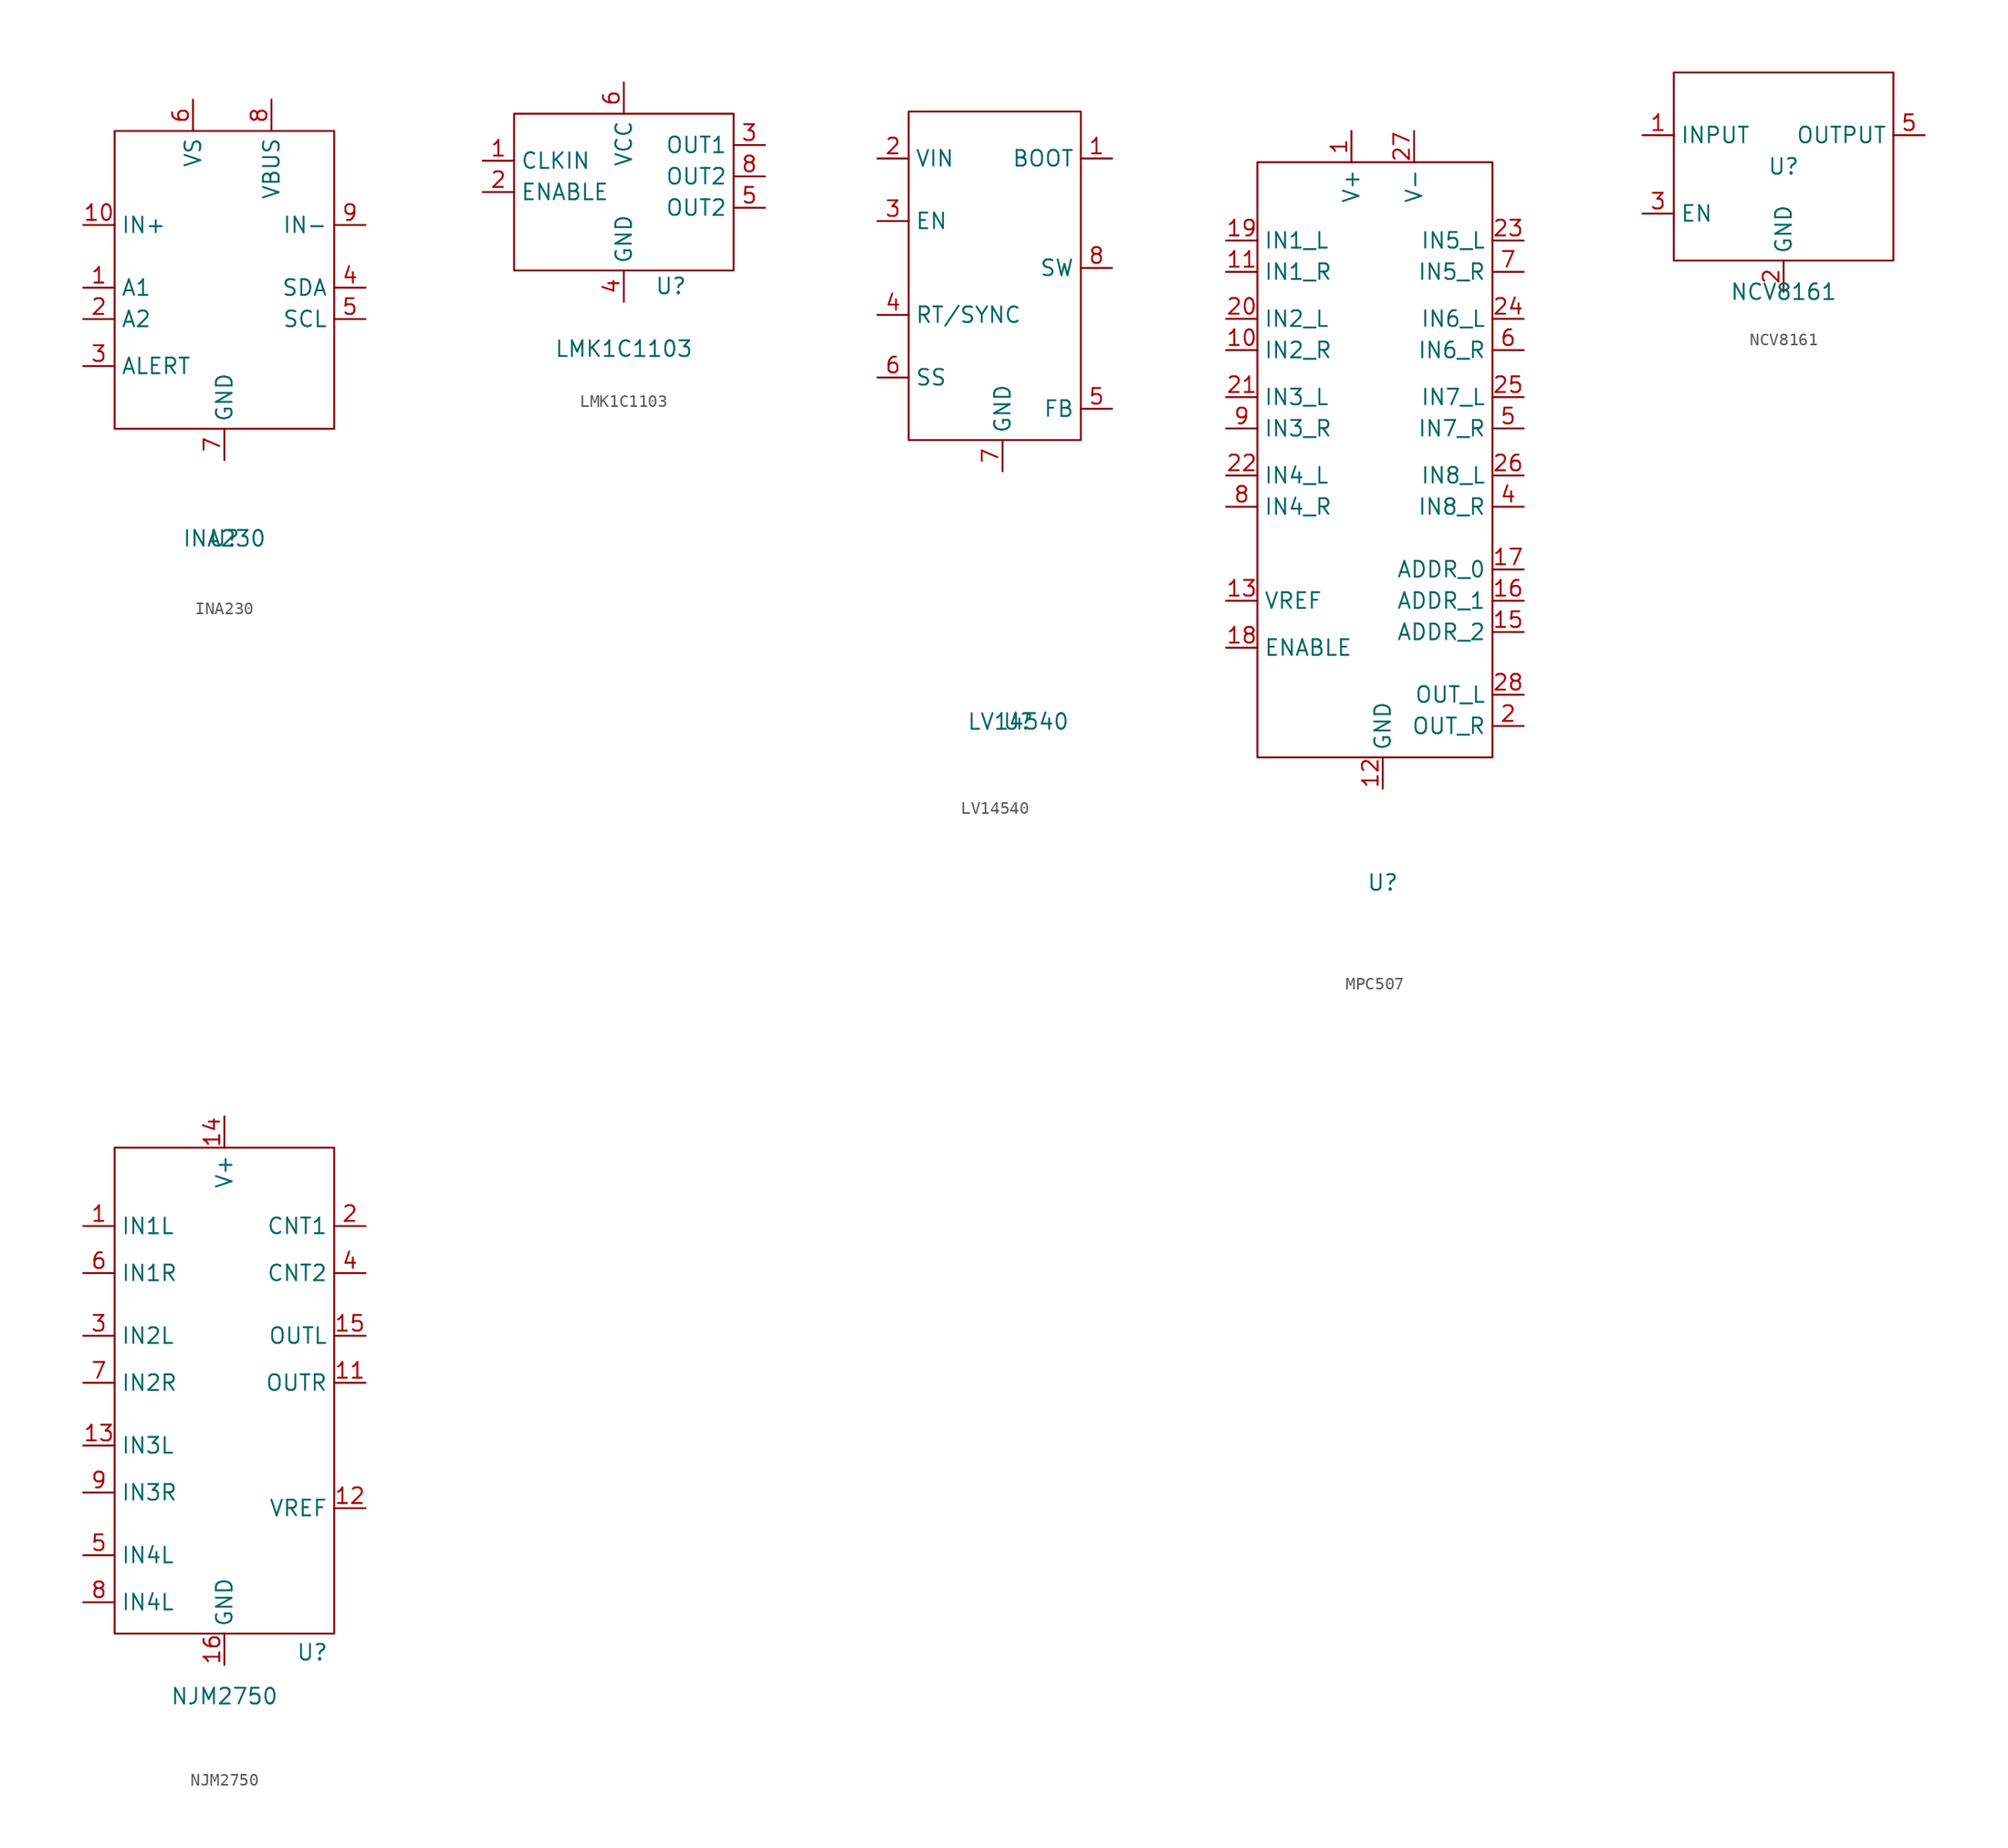
<source format=kicad_sym>
(kicad_symbol_lib
  (version 20231120)
  (generator "kicad_symbol_editor")
  (generator_version "8.0")
  (symbol "INA230"
    (property "Reference" "U"
      (at 0 0 0)
      (effects (font (size 1.27 1.27))))
    (property "Value" "INA230"
      (at 0 0 0)
      (effects (font (size 1.27 1.27))))
    (symbol "INA230_0_1"
      (rectangle (start -8.89 33.02) (end 8.89 8.89) (stroke (width 0) (type default)) (fill (type none))))
    (symbol "INA230_1_1"
      (pin input line (at -11.43 20.32 0) (length 2.54) (name "A1" (effects (font (size 1.27 1.27)))) (number "1" (effects (font (size 1.27 1.27)))))
      (pin input line (at -11.43 25.4 0) (length 2.54) (name "IN+" (effects (font (size 1.27 1.27)))) (number "10" (effects (font (size 1.27 1.27)))))
      (pin input line (at -11.43 17.78 0) (length 2.54) (name "A2" (effects (font (size 1.27 1.27)))) (number "2" (effects (font (size 1.27 1.27)))))
      (pin input line (at -11.43 13.97 0) (length 2.54) (name "ALERT" (effects (font (size 1.27 1.27)))) (number "3" (effects (font (size 1.27 1.27)))))
      (pin input line (at 11.43 20.32 180) (length 2.54) (name "SDA" (effects (font (size 1.27 1.27)))) (number "4" (effects (font (size 1.27 1.27)))))
      (pin input line (at 11.43 17.78 180) (length 2.54) (name "SCL" (effects (font (size 1.27 1.27)))) (number "5" (effects (font (size 1.27 1.27)))))
      (pin input line (at -2.54 35.56 270) (length 2.54) (name "VS" (effects (font (size 1.27 1.27)))) (number "6" (effects (font (size 1.27 1.27)))))
      (pin input line (at 0 6.35 90) (length 2.54) (name "GND" (effects (font (size 1.27 1.27)))) (number "7" (effects (font (size 1.27 1.27)))))
      (pin input line (at 3.81 35.56 270) (length 2.54) (name "VBUS" (effects (font (size 1.27 1.27)))) (number "8" (effects (font (size 1.27 1.27)))))
      (pin input line (at 11.43 25.4 180) (length 2.54) (name "IN-" (effects (font (size 1.27 1.27)))) (number "9" (effects (font (size 1.27 1.27)))))))
  (symbol "LMK1C1103"
    (property "Reference" "U"
      (at 3.81 5.08 0)
      (effects (font (size 1.27 1.27))))
    (property "Value" "LMK1C1103"
      (at 0 0 0)
      (effects (font (size 1.27 1.27))))
    (symbol "LMK1C1103_0_1"
      (rectangle (start -8.89 19.05) (end 8.89 6.35) (stroke (width 0) (type default)) (fill (type none))))
    (symbol "LMK1C1103_1_1"
      (pin input line (at -11.43 15.24 0) (length 2.54) (name "CLKIN" (effects (font (size 1.27 1.27)))) (number "1" (effects (font (size 1.27 1.27)))))
      (pin input line (at -11.43 12.7 0) (length 2.54) (name "ENABLE" (effects (font (size 1.27 1.27)))) (number "2" (effects (font (size 1.27 1.27)))))
      (pin output line (at 11.43 16.51 180) (length 2.54) (name "OUT1" (effects (font (size 1.27 1.27)))) (number "3" (effects (font (size 1.27 1.27)))))
      (pin input line (at 0 3.81 90) (length 2.54) (name "GND" (effects (font (size 1.27 1.27)))) (number "4" (effects (font (size 1.27 1.27)))))
      (pin output line (at 11.43 11.43 180) (length 2.54) (name "OUT2" (effects (font (size 1.27 1.27)))) (number "5" (effects (font (size 1.27 1.27)))))
      (pin input line (at 0 21.59 270) (length 2.54) (name "VCC" (effects (font (size 1.27 1.27)))) (number "6" (effects (font (size 1.27 1.27)))))
      (pin output line (at 11.43 13.97 180) (length 2.54) (name "OUT2" (effects (font (size 1.27 1.27)))) (number "8" (effects (font (size 1.27 1.27)))))))
  (symbol "LV14540"
    (property "Reference" "U"
      (at 0 0 0)
      (effects (font (size 1.27 1.27))))
    (property "Value" "LV14540"
      (at 0 0 0)
      (effects (font (size 1.27 1.27))))
    (symbol "LV14540_0_1"
      (rectangle (start -8.89 49.53) (end 5.08 22.86) (stroke (width 0) (type default)) (fill (type none))))
    (symbol "LV14540_1_1"
      (pin passive line (at 7.62 45.72 180) (length 2.54) (name "BOOT" (effects (font (size 1.27 1.27)))) (number "1" (effects (font (size 1.27 1.27)))))
      (pin power_in line (at -11.43 45.72 0) (length 2.54) (name "VIN" (effects (font (size 1.27 1.27)))) (number "2" (effects (font (size 1.27 1.27)))))
      (pin input line (at -11.43 40.64 0) (length 2.54) (name "EN" (effects (font (size 1.27 1.27)))) (number "3" (effects (font (size 1.27 1.27)))))
      (pin passive line (at -11.43 33.02 0) (length 2.54) (name "RT/SYNC" (effects (font (size 1.27 1.27)))) (number "4" (effects (font (size 1.27 1.27)))))
      (pin input line (at 7.62 25.4 180) (length 2.54) (name "FB" (effects (font (size 1.27 1.27)))) (number "5" (effects (font (size 1.27 1.27)))))
      (pin passive line (at -11.43 27.94 0) (length 2.54) (name "SS" (effects (font (size 1.27 1.27)))) (number "6" (effects (font (size 1.27 1.27)))))
      (pin power_in line (at -1.27 20.32 90) (length 2.54) (name "GND" (effects (font (size 1.27 1.27)))) (number "7" (effects (font (size 1.27 1.27)))))
      (pin output line (at 7.62 36.83 180) (length 2.54) (name "SW" (effects (font (size 1.27 1.27)))) (number "8" (effects (font (size 1.27 1.27)))))))
  (symbol "MPC507"
    (property "Reference" "U"
      (at 0 -34.29 0)
      (effects (font (size 1.27 1.27))))
    (property "Value" ""
      (at 0 -34.29 0)
      (effects (font (size 1.27 1.27))))
    (symbol "MPC507_1_1"
      (text_box "" (at -10.16 24.13 0) (size 19.05 -48.26) (stroke (width 0) (type default)) (fill (type none)) (effects (font (size 1.27 1.27)) (justify left top)))
      (pin input line (at -2.54 26.67 270) (length 2.54) (name "V+" (effects (font (size 1.27 1.27)))) (number "1" (effects (font (size 1.27 1.27)))))
      (pin input line (at -12.7 8.89 0) (length 2.54) (name "IN2_R" (effects (font (size 1.27 1.27)))) (number "10" (effects (font (size 1.27 1.27)))))
      (pin input line (at -12.7 15.24 0) (length 2.54) (name "IN1_R" (effects (font (size 1.27 1.27)))) (number "11" (effects (font (size 1.27 1.27)))))
      (pin input line (at 0 -26.67 90) (length 2.54) (name "GND" (effects (font (size 1.27 1.27)))) (number "12" (effects (font (size 1.27 1.27)))))
      (pin input line (at -12.7 -11.43 0) (length 2.54) (name "VREF" (effects (font (size 1.27 1.27)))) (number "13" (effects (font (size 1.27 1.27)))))
      (pin input line (at 11.43 -13.97 180) (length 2.54) (name "ADDR_2" (effects (font (size 1.27 1.27)))) (number "15" (effects (font (size 1.27 1.27)))))
      (pin input line (at 11.43 -11.43 180) (length 2.54) (name "ADDR_1" (effects (font (size 1.27 1.27)))) (number "16" (effects (font (size 1.27 1.27)))))
      (pin input line (at 11.43 -8.89 180) (length 2.54) (name "ADDR_0" (effects (font (size 1.27 1.27)))) (number "17" (effects (font (size 1.27 1.27)))))
      (pin input line (at -12.7 -15.24 0) (length 2.54) (name "ENABLE" (effects (font (size 1.27 1.27)))) (number "18" (effects (font (size 1.27 1.27)))))
      (pin input line (at -12.7 17.78 0) (length 2.54) (name "IN1_L" (effects (font (size 1.27 1.27)))) (number "19" (effects (font (size 1.27 1.27)))))
      (pin input line (at 11.43 -21.59 180) (length 2.54) (name "OUT_R" (effects (font (size 1.27 1.27)))) (number "2" (effects (font (size 1.27 1.27)))))
      (pin input line (at -12.7 11.43 0) (length 2.54) (name "IN2_L" (effects (font (size 1.27 1.27)))) (number "20" (effects (font (size 1.27 1.27)))))
      (pin input line (at -12.7 5.08 0) (length 2.54) (name "IN3_L" (effects (font (size 1.27 1.27)))) (number "21" (effects (font (size 1.27 1.27)))))
      (pin input line (at -12.7 -1.27 0) (length 2.54) (name "IN4_L" (effects (font (size 1.27 1.27)))) (number "22" (effects (font (size 1.27 1.27)))))
      (pin input line (at 11.43 17.78 180) (length 2.54) (name "IN5_L" (effects (font (size 1.27 1.27)))) (number "23" (effects (font (size 1.27 1.27)))))
      (pin input line (at 11.43 11.43 180) (length 2.54) (name "IN6_L" (effects (font (size 1.27 1.27)))) (number "24" (effects (font (size 1.27 1.27)))))
      (pin input line (at 11.43 5.08 180) (length 2.54) (name "IN7_L" (effects (font (size 1.27 1.27)))) (number "25" (effects (font (size 1.27 1.27)))))
      (pin input line (at 11.43 -1.27 180) (length 2.54) (name "IN8_L" (effects (font (size 1.27 1.27)))) (number "26" (effects (font (size 1.27 1.27)))))
      (pin input line (at 2.54 26.67 270) (length 2.54) (name "V-" (effects (font (size 1.27 1.27)))) (number "27" (effects (font (size 1.27 1.27)))))
      (pin input line (at 11.43 -19.05 180) (length 2.54) (name "OUT_L" (effects (font (size 1.27 1.27)))) (number "28" (effects (font (size 1.27 1.27)))))
      (pin input line (at 11.43 -3.81 180) (length 2.54) (name "IN8_R" (effects (font (size 1.27 1.27)))) (number "4" (effects (font (size 1.27 1.27)))))
      (pin input line (at 11.43 2.54 180) (length 2.54) (name "IN7_R" (effects (font (size 1.27 1.27)))) (number "5" (effects (font (size 1.27 1.27)))))
      (pin input line (at 11.43 8.89 180) (length 2.54) (name "IN6_R" (effects (font (size 1.27 1.27)))) (number "6" (effects (font (size 1.27 1.27)))))
      (pin input line (at 11.43 15.24 180) (length 2.54) (name "IN5_R" (effects (font (size 1.27 1.27)))) (number "7" (effects (font (size 1.27 1.27)))))
      (pin input line (at -12.7 -3.81 0) (length 2.54) (name "IN4_R" (effects (font (size 1.27 1.27)))) (number "8" (effects (font (size 1.27 1.27)))))
      (pin input line (at -12.7 2.54 0) (length 2.54) (name "IN3_R" (effects (font (size 1.27 1.27)))) (number "9" (effects (font (size 1.27 1.27)))))))
  (symbol "NCV8161"
    (property "Reference" "U"
      (at 0 10.16 0)
      (effects (font (size 1.27 1.27))))
    (property "Value" "NCV8161"
      (at 0 0 0)
      (effects (font (size 1.27 1.27))))
    (symbol "NCV8161_0_1"
      (rectangle (start -8.89 17.78) (end 8.89 2.54) (stroke (width 0) (type default)) (fill (type none))))
    (symbol "NCV8161_1_1"
      (pin input line (at -11.43 12.7 0) (length 2.54) (name "INPUT" (effects (font (size 1.27 1.27)))) (number "1" (effects (font (size 1.27 1.27)))))
      (pin input line (at 0 0 90) (length 2.54) (name "GND" (effects (font (size 1.27 1.27)))) (number "2" (effects (font (size 1.27 1.27)))))
      (pin input line (at -11.43 6.35 0) (length 2.54) (name "EN" (effects (font (size 1.27 1.27)))) (number "3" (effects (font (size 1.27 1.27)))))
      (pin output line (at 11.43 12.7 180) (length 2.54) (name "OUTPUT" (effects (font (size 1.27 1.27)))) (number "5" (effects (font (size 1.27 1.27)))))))
  (symbol "NJM2750"
    (property "Reference" "U"
      (at 7.112 3.556 0)
      (effects (font (size 1.27 1.27))))
    (property "Value" "NJM2750"
      (at 0 0 0)
      (effects (font (size 1.27 1.27))))
    (symbol "NJM2750_0_1"
      (rectangle (start -8.89 44.45) (end 8.89 5.08) (stroke (width 0) (type default)) (fill (type none))))
    (symbol "NJM2750_1_1"
      (pin input line (at -11.43 38.1 0) (length 2.54) (name "IN1L" (effects (font (size 1.27 1.27)))) (number "1" (effects (font (size 1.27 1.27)))))
      (pin input line (at 11.43 25.4 180) (length 2.54) (name "OUTR" (effects (font (size 1.27 1.27)))) (number "11" (effects (font (size 1.27 1.27)))))
      (pin input line (at 11.43 15.24 180) (length 2.54) (name "VREF" (effects (font (size 1.27 1.27)))) (number "12" (effects (font (size 1.27 1.27)))))
      (pin input line (at -11.43 20.32 0) (length 2.54) (name "IN3L" (effects (font (size 1.27 1.27)))) (number "13" (effects (font (size 1.27 1.27)))))
      (pin input line (at 0 46.99 270) (length 2.54) (name "V+" (effects (font (size 1.27 1.27)))) (number "14" (effects (font (size 1.27 1.27)))))
      (pin input line (at 11.43 29.21 180) (length 2.54) (name "OUTL" (effects (font (size 1.27 1.27)))) (number "15" (effects (font (size 1.27 1.27)))))
      (pin input line (at 0 2.54 90) (length 2.54) (name "GND" (effects (font (size 1.27 1.27)))) (number "16" (effects (font (size 1.27 1.27)))))
      (pin input line (at 11.43 38.1 180) (length 2.54) (name "CNT1" (effects (font (size 1.27 1.27)))) (number "2" (effects (font (size 1.27 1.27)))))
      (pin input line (at -11.43 29.21 0) (length 2.54) (name "IN2L" (effects (font (size 1.27 1.27)))) (number "3" (effects (font (size 1.27 1.27)))))
      (pin input line (at 11.43 34.29 180) (length 2.54) (name "CNT2" (effects (font (size 1.27 1.27)))) (number "4" (effects (font (size 1.27 1.27)))))
      (pin input line (at -11.43 11.43 0) (length 2.54) (name "IN4L" (effects (font (size 1.27 1.27)))) (number "5" (effects (font (size 1.27 1.27)))))
      (pin input line (at -11.43 34.29 0) (length 2.54) (name "IN1R" (effects (font (size 1.27 1.27)))) (number "6" (effects (font (size 1.27 1.27)))))
      (pin input line (at -11.43 25.4 0) (length 2.54) (name "IN2R" (effects (font (size 1.27 1.27)))) (number "7" (effects (font (size 1.27 1.27)))))
      (pin input line (at -11.43 7.62 0) (length 2.54) (name "IN4L" (effects (font (size 1.27 1.27)))) (number "8" (effects (font (size 1.27 1.27)))))
      (pin input line (at -11.43 16.51 0) (length 2.54) (name "IN3R" (effects (font (size 1.27 1.27)))) (number "9" (effects (font (size 1.27 1.27))))))))
</source>
